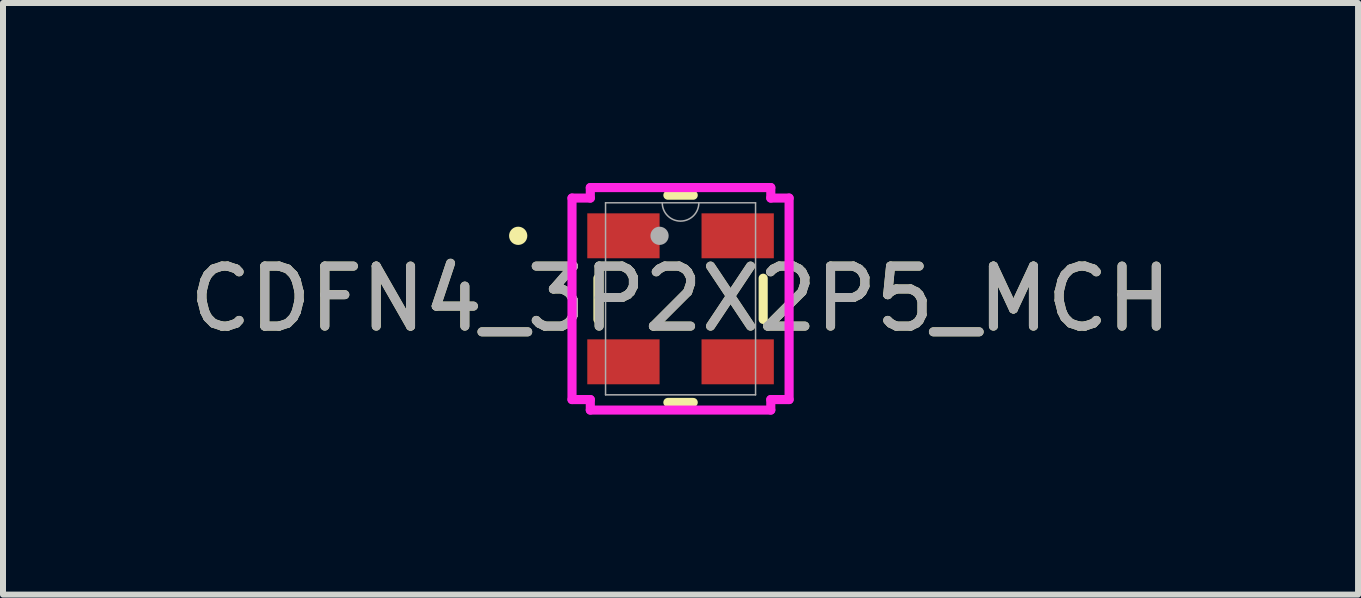
<source format=kicad_pcb>
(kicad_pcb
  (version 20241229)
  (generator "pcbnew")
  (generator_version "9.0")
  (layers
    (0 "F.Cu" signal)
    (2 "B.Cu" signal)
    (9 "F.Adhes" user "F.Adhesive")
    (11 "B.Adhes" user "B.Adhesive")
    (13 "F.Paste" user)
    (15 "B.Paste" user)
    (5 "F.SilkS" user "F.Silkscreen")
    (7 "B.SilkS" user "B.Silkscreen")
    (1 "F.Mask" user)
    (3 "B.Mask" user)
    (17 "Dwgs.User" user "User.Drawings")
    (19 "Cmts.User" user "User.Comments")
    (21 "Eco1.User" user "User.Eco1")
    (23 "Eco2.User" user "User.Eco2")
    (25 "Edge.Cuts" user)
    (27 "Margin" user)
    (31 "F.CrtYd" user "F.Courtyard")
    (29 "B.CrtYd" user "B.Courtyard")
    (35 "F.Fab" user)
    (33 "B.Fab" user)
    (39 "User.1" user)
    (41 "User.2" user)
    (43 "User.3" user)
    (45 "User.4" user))
  (footprint "CDFN4_3P2X2P5_MCH"
    (layer "F.Cu")
    (at 8.292 1.93)
    (property "Reference" "CDFN4_3P2X2P5_MCH" (at 0 0 0) (unlocked yes) (layer "F.SilkS") (effects (font (size 1 1) (thickness 0.15))))
    (attr smd)
    (fp_line (start -1.377 -0.343) (end -1.377 0.343) (stroke (width 0.152) (type solid)) (layer "F.SilkS"))
    (fp_line (start -0.211 1.727) (end 0.211 1.727) (stroke (width 0.152) (type solid)) (layer "F.SilkS"))
    (fp_line (start 0.211 -1.727) (end -0.211 -1.727) (stroke (width 0.152) (type solid)) (layer "F.SilkS"))
    (fp_line (start 1.377 0.343) (end 1.377 -0.343) (stroke (width 0.152) (type solid)) (layer "F.SilkS"))
    (fp_circle (center -2.706 -1.05) (end -2.63 -1.05) (stroke (width 0.152) (type solid)) (fill no) (layer "F.SilkS"))
    (fp_line (start -1.809 -1.679) (end -1.504 -1.679) (stroke (width 0.152) (type solid)) (layer "F.CrtYd"))
    (fp_line (start -1.809 1.679) (end -1.809 -1.679) (stroke (width 0.152) (type solid)) (layer "F.CrtYd"))
    (fp_line (start -1.809 1.679) (end -1.504 1.679) (stroke (width 0.152) (type solid)) (layer "F.CrtYd"))
    (fp_line (start -1.504 -1.854) (end 1.504 -1.854) (stroke (width 0.152) (type solid)) (layer "F.CrtYd"))
    (fp_line (start -1.504 -1.679) (end -1.504 -1.854) (stroke (width 0.152) (type solid)) (layer "F.CrtYd"))
    (fp_line (start -1.504 1.854) (end -1.504 1.679) (stroke (width 0.152) (type solid)) (layer "F.CrtYd"))
    (fp_line (start 1.504 -1.854) (end 1.504 -1.679) (stroke (width 0.152) (type solid)) (layer "F.CrtYd"))
    (fp_line (start 1.504 1.679) (end 1.504 1.854) (stroke (width 0.152) (type solid)) (layer "F.CrtYd"))
    (fp_line (start 1.504 1.854) (end -1.504 1.854) (stroke (width 0.152) (type solid)) (layer "F.CrtYd"))
    (fp_line (start 1.809 -1.679) (end 1.504 -1.679) (stroke (width 0.152) (type solid)) (layer "F.CrtYd"))
    (fp_line (start 1.809 -1.679) (end 1.809 1.679) (stroke (width 0.152) (type solid)) (layer "F.CrtYd"))
    (fp_line (start 1.809 1.679) (end 1.504 1.679) (stroke (width 0.152) (type solid)) (layer "F.CrtYd"))
    (fp_line (start -1.25 -1.6) (end -1.25 1.6) (stroke (width 0.025) (type solid)) (layer "F.Fab"))
    (fp_line (start -1.25 1.6) (end 1.25 1.6) (stroke (width 0.025) (type solid)) (layer "F.Fab"))
    (fp_line (start 1.25 -1.6) (end -1.25 -1.6) (stroke (width 0.025) (type solid)) (layer "F.Fab"))
    (fp_line (start 1.25 1.6) (end 1.25 -1.6) (stroke (width 0.025) (type solid)) (layer "F.Fab"))
    (fp_arc (start 0.3048 -1.600001) (mid 0 -1.295201) (end -0.3048 -1.600001) (stroke (width 0.0254) (type solid)) (layer "F.Fab"))
    (fp_circle (center -0.35 -1.05) (end -0.35 -1.05) (stroke (width 0.152) (type solid)) (fill no) (layer "F.Fab"))
    (fp_text user "${REFERENCE}" (at 0 0 0) (unlocked yes) (layer "F.Fab") (effects (font (size 1 1) (thickness 0.15))))
    (pad "1" smd rect (at -0.952 -1.05) (size 1.205 0.749) (layers "F.Cu" "F.Mask" "F.Paste"))
    (pad "2" smd rect (at -0.952 1.05) (size 1.205 0.749) (layers "F.Cu" "F.Mask" "F.Paste"))
    (pad "3" smd rect (at 0.952 1.05) (size 1.205 0.749) (layers "F.Cu" "F.Mask" "F.Paste"))
    (pad "4" smd rect (at 0.952 -1.05) (size 1.205 0.749) (layers "F.Cu" "F.Mask" "F.Paste")))
  (gr_rect
    (start -3 -3)
    (end 19.583 6.86)
    (stroke (width 0.1) (type default))
    (fill no)
    (layer "Edge.Cuts")))
</source>
